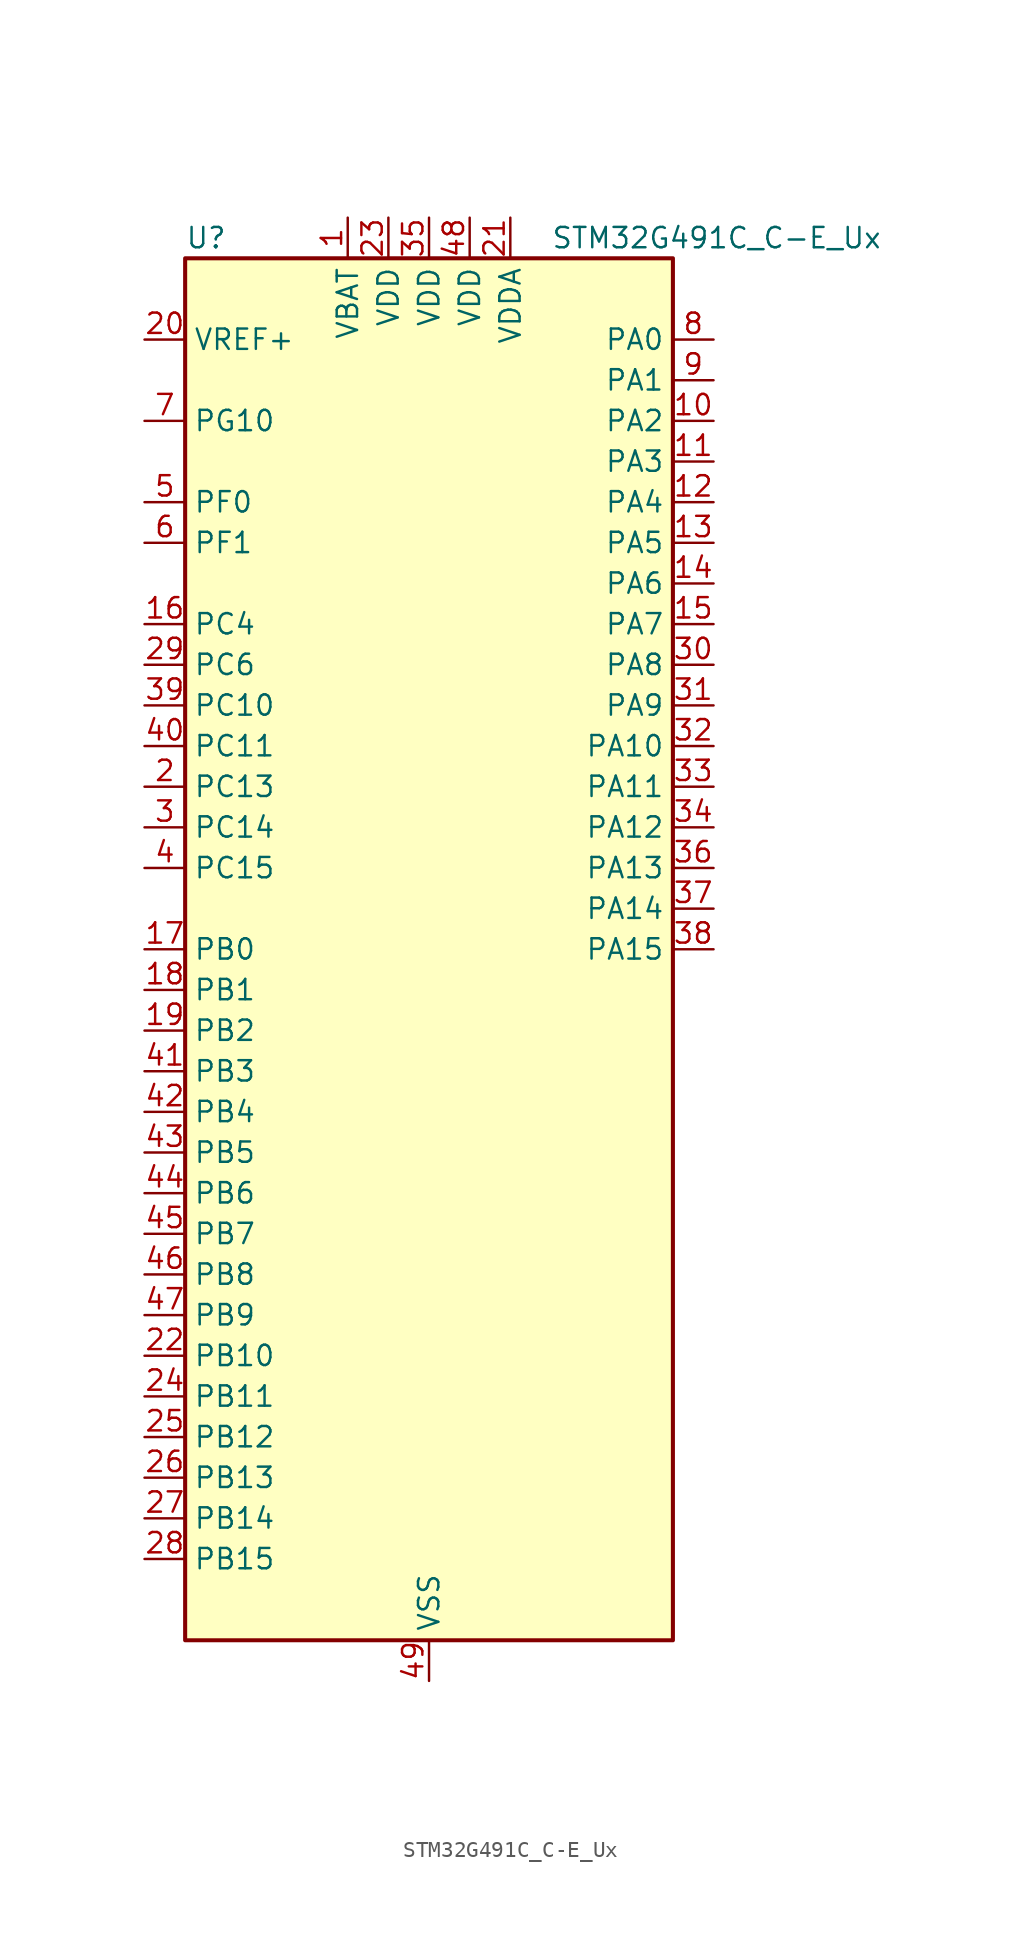
<source format=kicad_sym>
(kicad_symbol_lib
  (version 20241209)
  (generator "kicad_symbol_editor")
  (generator_version "9.0")
  (symbol "STM32G491C_C-E_Ux"
    (property "Reference" "U"
      (at -15.24 44.45 0)
      (effects (font (size 1.27 1.27)) (justify left)))
    (property "Value" "STM32G491C_C-E_Ux"
      (at 7.62 44.45 0)
      (effects (font (size 1.27 1.27)) (justify left)))
    (symbol "STM32G491C_C-E_Ux_0_1"
      (rectangle (start -15.24 -43.18) (end 15.24 43.18) (stroke (width 0.254) (type default)) (fill (type background))))
    (symbol "STM32G491C_C-E_Ux_1_1"
      (pin input line (at -17.78 38.1 0) (length 2.54) (name "VREF+" (effects (font (size 1.27 1.27)))) (number "20" (effects (font (size 1.27 1.27)))) (alternate "VREFBUF_OUT" bidirectional line))
      (pin bidirectional line (at -17.78 33.02 0) (length 2.54) (name "PG10" (effects (font (size 1.27 1.27)))) (number "7" (effects (font (size 1.27 1.27)))) (alternate "DAC1_EXTI10" bidirectional line) (alternate "DAC3_EXTI10" bidirectional line) (alternate "RCC_MCO" bidirectional line))
      (pin bidirectional line (at -17.78 27.94 0) (length 2.54) (name "PF0" (effects (font (size 1.27 1.27)))) (number "5" (effects (font (size 1.27 1.27)))) (alternate "ADC1_IN10" bidirectional line) (alternate "I2C2_SDA" bidirectional line) (alternate "I2S2_WS" bidirectional line) (alternate "RCC_OSC_IN" bidirectional line) (alternate "SPI2_NSS" bidirectional line) (alternate "TIM1_CH3N" bidirectional line))
      (pin bidirectional line (at -17.78 25.4 0) (length 2.54) (name "PF1" (effects (font (size 1.27 1.27)))) (number "6" (effects (font (size 1.27 1.27)))) (alternate "ADC2_IN10" bidirectional line) (alternate "COMP3_INM" bidirectional line) (alternate "I2S2_CK" bidirectional line) (alternate "RCC_OSC_OUT" bidirectional line) (alternate "SPI2_SCK" bidirectional line))
      (pin bidirectional line (at -17.78 20.32 0) (length 2.54) (name "PC4" (effects (font (size 1.27 1.27)))) (number "16" (effects (font (size 1.27 1.27)))) (alternate "ADC2_IN5" bidirectional line) (alternate "I2C2_SCL" bidirectional line) (alternate "QUADSPI1_BK2_IO3" bidirectional line) (alternate "TIM1_ETR" bidirectional line) (alternate "USART1_TX" bidirectional line))
      (pin bidirectional line (at -17.78 17.78 0) (length 2.54) (name "PC6" (effects (font (size 1.27 1.27)))) (number "29" (effects (font (size 1.27 1.27)))) (alternate "I2S2_MCK" bidirectional line) (alternate "TIM3_CH1" bidirectional line) (alternate "TIM8_CH1" bidirectional line))
      (pin bidirectional line (at -17.78 15.24 0) (length 2.54) (name "PC10" (effects (font (size 1.27 1.27)))) (number "39" (effects (font (size 1.27 1.27)))) (alternate "DAC1_EXTI10" bidirectional line) (alternate "DAC3_EXTI10" bidirectional line) (alternate "I2S3_CK" bidirectional line) (alternate "SPI3_SCK" bidirectional line) (alternate "TIM8_CH1N" bidirectional line) (alternate "USART3_TX" bidirectional line))
      (pin bidirectional line (at -17.78 12.7 0) (length 2.54) (name "PC11" (effects (font (size 1.27 1.27)))) (number "40" (effects (font (size 1.27 1.27)))) (alternate "ADC1_EXTI11" bidirectional line) (alternate "ADC2_EXTI11" bidirectional line) (alternate "I2C3_SDA" bidirectional line) (alternate "SPI3_MISO" bidirectional line) (alternate "TIM8_CH2N" bidirectional line) (alternate "USART3_RX" bidirectional line))
      (pin bidirectional line (at -17.78 10.16 0) (length 2.54) (name "PC13" (effects (font (size 1.27 1.27)))) (number "2" (effects (font (size 1.27 1.27)))) (alternate "RTC_OUT1" bidirectional line) (alternate "RTC_TAMP1" bidirectional line) (alternate "RTC_TS" bidirectional line) (alternate "SYS_WKUP2" bidirectional line) (alternate "TIM1_BKIN" bidirectional line) (alternate "TIM1_CH1N" bidirectional line) (alternate "TIM8_CH4N" bidirectional line))
      (pin bidirectional line (at -17.78 7.62 0) (length 2.54) (name "PC14" (effects (font (size 1.27 1.27)))) (number "3" (effects (font (size 1.27 1.27)))) (alternate "RCC_OSC32_IN" bidirectional line))
      (pin bidirectional line (at -17.78 5.08 0) (length 2.54) (name "PC15" (effects (font (size 1.27 1.27)))) (number "4" (effects (font (size 1.27 1.27)))) (alternate "ADC1_EXTI15" bidirectional line) (alternate "ADC2_EXTI15" bidirectional line) (alternate "RCC_OSC32_OUT" bidirectional line))
      (pin bidirectional line (at -17.78 0 0) (length 2.54) (name "PB0" (effects (font (size 1.27 1.27)))) (number "17" (effects (font (size 1.27 1.27)))) (alternate "ADC1_IN15" bidirectional line) (alternate "ADC3_IN12" bidirectional line) (alternate "COMP4_INP" bidirectional line) (alternate "OPAMP2_VINP" bidirectional line) (alternate "OPAMP2_VINP_SEC" bidirectional line) (alternate "OPAMP3_VINP" bidirectional line) (alternate "OPAMP3_VINP_SEC" bidirectional line) (alternate "QUADSPI1_BK1_IO1" bidirectional line) (alternate "TIM1_CH2N" bidirectional line) (alternate "TIM3_CH3" bidirectional line) (alternate "TIM8_CH2N" bidirectional line) (alternate "UCPD1_FRSTX1" bidirectional line) (alternate "UCPD1_FRSTX2" bidirectional line))
      (pin bidirectional line (at -17.78 -2.54 0) (length 2.54) (name "PB1" (effects (font (size 1.27 1.27)))) (number "18" (effects (font (size 1.27 1.27)))) (alternate "ADC1_IN12" bidirectional line) (alternate "ADC3_IN1" bidirectional line) (alternate "COMP1_INP" bidirectional line) (alternate "COMP4_OUT" bidirectional line) (alternate "LPUART1_DE" bidirectional line) (alternate "LPUART1_RTS" bidirectional line) (alternate "OPAMP3_VOUT" bidirectional line) (alternate "OPAMP6_VINM" bidirectional line) (alternate "OPAMP6_VINM1" bidirectional line) (alternate "OPAMP6_VINM_SEC" bidirectional line) (alternate "QUADSPI1_BK1_IO0" bidirectional line) (alternate "TIM1_CH3N" bidirectional line) (alternate "TIM3_CH4" bidirectional line) (alternate "TIM8_CH3N" bidirectional line))
      (pin bidirectional line (at -17.78 -5.08 0) (length 2.54) (name "PB2" (effects (font (size 1.27 1.27)))) (number "19" (effects (font (size 1.27 1.27)))) (alternate "ADC2_IN12" bidirectional line) (alternate "ADC3_EXTI2" bidirectional line) (alternate "COMP4_INM" bidirectional line) (alternate "I2C3_SMBA" bidirectional line) (alternate "LPTIM1_OUT" bidirectional line) (alternate "OPAMP3_VINM" bidirectional line) (alternate "OPAMP3_VINM0" bidirectional line) (alternate "OPAMP3_VINM_SEC" bidirectional line) (alternate "QUADSPI1_BK2_IO1" bidirectional line) (alternate "RTC_OUT2" bidirectional line) (alternate "TIM20_CH1" bidirectional line))
      (pin bidirectional line (at -17.78 -7.62 0) (length 2.54) (name "PB3" (effects (font (size 1.27 1.27)))) (number "41" (effects (font (size 1.27 1.27)))) (alternate "ADC3_EXTI3" bidirectional line) (alternate "CRS_SYNC" bidirectional line) (alternate "I2S3_CK" bidirectional line) (alternate "SAI1_SCK_B" bidirectional line) (alternate "SPI1_SCK" bidirectional line) (alternate "SPI3_SCK" bidirectional line) (alternate "SYS_JTDO-SWO" bidirectional line) (alternate "TIM2_CH2" bidirectional line) (alternate "TIM3_ETR" bidirectional line) (alternate "TIM4_ETR" bidirectional line) (alternate "TIM8_CH1N" bidirectional line) (alternate "USART2_TX" bidirectional line))
      (pin bidirectional line (at -17.78 -10.16 0) (length 2.54) (name "PB4" (effects (font (size 1.27 1.27)))) (number "42" (effects (font (size 1.27 1.27)))) (alternate "SAI1_MCLK_B" bidirectional line) (alternate "SPI1_MISO" bidirectional line) (alternate "SPI3_MISO" bidirectional line) (alternate "SYS_JTRST" bidirectional line) (alternate "TIM16_CH1" bidirectional line) (alternate "TIM17_BKIN" bidirectional line) (alternate "TIM3_CH1" bidirectional line) (alternate "TIM8_CH2N" bidirectional line) (alternate "UCPD1_CC2" bidirectional line) (alternate "USART2_RX" bidirectional line))
      (pin bidirectional line (at -17.78 -12.7 0) (length 2.54) (name "PB5" (effects (font (size 1.27 1.27)))) (number "43" (effects (font (size 1.27 1.27)))) (alternate "FDCAN2_RX" bidirectional line) (alternate "I2C1_SMBA" bidirectional line) (alternate "I2C3_SDA" bidirectional line) (alternate "I2S3_SD" bidirectional line) (alternate "LPTIM1_IN1" bidirectional line) (alternate "SAI1_SD_B" bidirectional line) (alternate "SPI1_MOSI" bidirectional line) (alternate "SPI3_MOSI" bidirectional line) (alternate "TIM16_BKIN" bidirectional line) (alternate "TIM17_CH1" bidirectional line) (alternate "TIM3_CH2" bidirectional line) (alternate "TIM8_CH3N" bidirectional line) (alternate "USART2_CK" bidirectional line))
      (pin bidirectional line (at -17.78 -15.24 0) (length 2.54) (name "PB6" (effects (font (size 1.27 1.27)))) (number "44" (effects (font (size 1.27 1.27)))) (alternate "COMP4_OUT" bidirectional line) (alternate "FDCAN2_TX" bidirectional line) (alternate "LPTIM1_ETR" bidirectional line) (alternate "SAI1_FS_B" bidirectional line) (alternate "TIM16_CH1N" bidirectional line) (alternate "TIM4_CH1" bidirectional line) (alternate "TIM8_BKIN2" bidirectional line) (alternate "TIM8_CH1" bidirectional line) (alternate "TIM8_ETR" bidirectional line) (alternate "UCPD1_CC1" bidirectional line) (alternate "USART1_TX" bidirectional line))
      (pin bidirectional line (at -17.78 -17.78 0) (length 2.54) (name "PB7" (effects (font (size 1.27 1.27)))) (number "45" (effects (font (size 1.27 1.27)))) (alternate "COMP3_OUT" bidirectional line) (alternate "I2C1_SDA" bidirectional line) (alternate "LPTIM1_IN2" bidirectional line) (alternate "SYS_PVD_IN" bidirectional line) (alternate "TIM17_CH1N" bidirectional line) (alternate "TIM3_CH4" bidirectional line) (alternate "TIM4_CH2" bidirectional line) (alternate "TIM8_BKIN" bidirectional line) (alternate "USART1_RX" bidirectional line))
      (pin bidirectional line (at -17.78 -20.32 0) (length 2.54) (name "PB8" (effects (font (size 1.27 1.27)))) (number "46" (effects (font (size 1.27 1.27)))) (alternate "COMP1_OUT" bidirectional line) (alternate "FDCAN1_RX" bidirectional line) (alternate "I2C1_SCL" bidirectional line) (alternate "SAI1_CK1" bidirectional line) (alternate "SAI1_MCLK_A" bidirectional line) (alternate "TIM16_CH1" bidirectional line) (alternate "TIM1_BKIN" bidirectional line) (alternate "TIM4_CH3" bidirectional line) (alternate "TIM8_CH2" bidirectional line) (alternate "USART3_RX" bidirectional line))
      (pin bidirectional line (at -17.78 -22.86 0) (length 2.54) (name "PB9" (effects (font (size 1.27 1.27)))) (number "47" (effects (font (size 1.27 1.27)))) (alternate "COMP2_OUT" bidirectional line) (alternate "DAC1_EXTI9" bidirectional line) (alternate "DAC3_EXTI9" bidirectional line) (alternate "FDCAN1_TX" bidirectional line) (alternate "I2C1_SDA" bidirectional line) (alternate "IR_OUT" bidirectional line) (alternate "SAI1_D2" bidirectional line) (alternate "SAI1_FS_A" bidirectional line) (alternate "TIM17_CH1" bidirectional line) (alternate "TIM1_CH3N" bidirectional line) (alternate "TIM4_CH4" bidirectional line) (alternate "TIM8_CH3" bidirectional line) (alternate "USART3_TX" bidirectional line))
      (pin bidirectional line (at -17.78 -25.4 0) (length 2.54) (name "PB10" (effects (font (size 1.27 1.27)))) (number "22" (effects (font (size 1.27 1.27)))) (alternate "DAC1_EXTI10" bidirectional line) (alternate "DAC3_EXTI10" bidirectional line) (alternate "LPUART1_RX" bidirectional line) (alternate "OPAMP3_VINM" bidirectional line) (alternate "OPAMP3_VINM1" bidirectional line) (alternate "OPAMP3_VINM_SEC" bidirectional line) (alternate "QUADSPI1_CLK" bidirectional line) (alternate "SAI1_SCK_A" bidirectional line) (alternate "TIM1_BKIN" bidirectional line) (alternate "TIM2_CH3" bidirectional line) (alternate "USART3_TX" bidirectional line))
      (pin bidirectional line (at -17.78 -27.94 0) (length 2.54) (name "PB11" (effects (font (size 1.27 1.27)))) (number "24" (effects (font (size 1.27 1.27)))) (alternate "ADC1_EXTI11" bidirectional line) (alternate "ADC1_IN14" bidirectional line) (alternate "ADC2_EXTI11" bidirectional line) (alternate "ADC2_IN14" bidirectional line) (alternate "LPUART1_TX" bidirectional line) (alternate "OPAMP6_VOUT" bidirectional line) (alternate "QUADSPI1_BK1_NCS" bidirectional line) (alternate "TIM2_CH4" bidirectional line) (alternate "USART3_RX" bidirectional line))
      (pin bidirectional line (at -17.78 -30.48 0) (length 2.54) (name "PB12" (effects (font (size 1.27 1.27)))) (number "25" (effects (font (size 1.27 1.27)))) (alternate "ADC1_IN11" bidirectional line) (alternate "FDCAN2_RX" bidirectional line) (alternate "I2C2_SMBA" bidirectional line) (alternate "I2S2_WS" bidirectional line) (alternate "LPUART1_DE" bidirectional line) (alternate "LPUART1_RTS" bidirectional line) (alternate "OPAMP6_VINP" bidirectional line) (alternate "OPAMP6_VINP_SEC" bidirectional line) (alternate "SPI2_NSS" bidirectional line) (alternate "TIM1_BKIN" bidirectional line) (alternate "USART3_CK" bidirectional line))
      (pin bidirectional line (at -17.78 -33.02 0) (length 2.54) (name "PB13" (effects (font (size 1.27 1.27)))) (number "26" (effects (font (size 1.27 1.27)))) (alternate "ADC3_IN5" bidirectional line) (alternate "FDCAN2_TX" bidirectional line) (alternate "I2S2_CK" bidirectional line) (alternate "LPUART1_CTS" bidirectional line) (alternate "OPAMP3_VINP" bidirectional line) (alternate "OPAMP3_VINP_SEC" bidirectional line) (alternate "OPAMP6_VINP" bidirectional line) (alternate "OPAMP6_VINP_SEC" bidirectional line) (alternate "SPI2_SCK" bidirectional line) (alternate "TIM1_CH1N" bidirectional line) (alternate "USART3_CTS" bidirectional line) (alternate "USART3_NSS" bidirectional line))
      (pin bidirectional line (at -17.78 -35.56 0) (length 2.54) (name "PB14" (effects (font (size 1.27 1.27)))) (number "27" (effects (font (size 1.27 1.27)))) (alternate "ADC1_IN5" bidirectional line) (alternate "COMP4_OUT" bidirectional line) (alternate "OPAMP2_VINP" bidirectional line) (alternate "OPAMP2_VINP_SEC" bidirectional line) (alternate "SPI2_MISO" bidirectional line) (alternate "TIM15_CH1" bidirectional line) (alternate "TIM1_CH2N" bidirectional line) (alternate "USART3_DE" bidirectional line) (alternate "USART3_RTS" bidirectional line))
      (pin bidirectional line (at -17.78 -38.1 0) (length 2.54) (name "PB15" (effects (font (size 1.27 1.27)))) (number "28" (effects (font (size 1.27 1.27)))) (alternate "ADC1_EXTI15" bidirectional line) (alternate "ADC2_EXTI15" bidirectional line) (alternate "ADC2_IN15" bidirectional line) (alternate "COMP3_OUT" bidirectional line) (alternate "I2S2_SD" bidirectional line) (alternate "RTC_REFIN" bidirectional line) (alternate "SPI2_MOSI" bidirectional line) (alternate "TIM15_CH1N" bidirectional line) (alternate "TIM15_CH2" bidirectional line) (alternate "TIM1_CH3N" bidirectional line))
      (pin power_in line (at -5.08 45.72 270) (length 2.54) (name "VBAT" (effects (font (size 1.27 1.27)))) (number "1" (effects (font (size 1.27 1.27)))))
      (pin power_in line (at -2.54 45.72 270) (length 2.54) (name "VDD" (effects (font (size 1.27 1.27)))) (number "23" (effects (font (size 1.27 1.27)))))
      (pin power_in line (at 0 45.72 270) (length 2.54) (name "VDD" (effects (font (size 1.27 1.27)))) (number "35" (effects (font (size 1.27 1.27)))))
      (pin power_in line (at 0 -45.72 90) (length 2.54) (name "VSS" (effects (font (size 1.27 1.27)))) (number "49" (effects (font (size 1.27 1.27)))))
      (pin power_in line (at 2.54 45.72 270) (length 2.54) (name "VDD" (effects (font (size 1.27 1.27)))) (number "48" (effects (font (size 1.27 1.27)))))
      (pin power_in line (at 5.08 45.72 270) (length 2.54) (name "VDDA" (effects (font (size 1.27 1.27)))) (number "21" (effects (font (size 1.27 1.27)))))
      (pin bidirectional line (at 17.78 38.1 180) (length 2.54) (name "PA0" (effects (font (size 1.27 1.27)))) (number "8" (effects (font (size 1.27 1.27)))) (alternate "ADC1_IN1" bidirectional line) (alternate "ADC2_IN1" bidirectional line) (alternate "COMP1_INM" bidirectional line) (alternate "COMP1_OUT" bidirectional line) (alternate "COMP3_INP" bidirectional line) (alternate "RTC_TAMP2" bidirectional line) (alternate "SYS_WKUP1" bidirectional line) (alternate "TIM2_CH1" bidirectional line) (alternate "TIM2_ETR" bidirectional line) (alternate "TIM8_BKIN" bidirectional line) (alternate "TIM8_ETR" bidirectional line) (alternate "USART2_CTS" bidirectional line) (alternate "USART2_NSS" bidirectional line))
      (pin bidirectional line (at 17.78 35.56 180) (length 2.54) (name "PA1" (effects (font (size 1.27 1.27)))) (number "9" (effects (font (size 1.27 1.27)))) (alternate "ADC1_IN2" bidirectional line) (alternate "ADC2_IN2" bidirectional line) (alternate "COMP1_INP" bidirectional line) (alternate "OPAMP1_VINP" bidirectional line) (alternate "OPAMP1_VINP_SEC" bidirectional line) (alternate "OPAMP3_VINP" bidirectional line) (alternate "OPAMP3_VINP_SEC" bidirectional line) (alternate "OPAMP6_VINM" bidirectional line) (alternate "OPAMP6_VINM0" bidirectional line) (alternate "OPAMP6_VINM_SEC" bidirectional line) (alternate "RTC_REFIN" bidirectional line) (alternate "TIM15_CH1N" bidirectional line) (alternate "TIM2_CH2" bidirectional line) (alternate "USART2_DE" bidirectional line) (alternate "USART2_RTS" bidirectional line))
      (pin bidirectional line (at 17.78 33.02 180) (length 2.54) (name "PA2" (effects (font (size 1.27 1.27)))) (number "10" (effects (font (size 1.27 1.27)))) (alternate "ADC1_IN3" bidirectional line) (alternate "ADC3_EXTI2" bidirectional line) (alternate "COMP2_INM" bidirectional line) (alternate "COMP2_OUT" bidirectional line) (alternate "LPUART1_TX" bidirectional line) (alternate "OPAMP1_VOUT" bidirectional line) (alternate "QUADSPI1_BK1_NCS" bidirectional line) (alternate "RCC_LSCO" bidirectional line) (alternate "SYS_WKUP4" bidirectional line) (alternate "TIM15_CH1" bidirectional line) (alternate "TIM2_CH3" bidirectional line) (alternate "UCPD1_FRSTX1" bidirectional line) (alternate "UCPD1_FRSTX2" bidirectional line) (alternate "USART2_TX" bidirectional line))
      (pin bidirectional line (at 17.78 30.48 180) (length 2.54) (name "PA3" (effects (font (size 1.27 1.27)))) (number "11" (effects (font (size 1.27 1.27)))) (alternate "ADC1_IN4" bidirectional line) (alternate "ADC3_EXTI3" bidirectional line) (alternate "COMP2_INP" bidirectional line) (alternate "LPUART1_RX" bidirectional line) (alternate "OPAMP1_VINM" bidirectional line) (alternate "OPAMP1_VINM0" bidirectional line) (alternate "OPAMP1_VINM_SEC" bidirectional line) (alternate "OPAMP1_VINP" bidirectional line) (alternate "OPAMP1_VINP_SEC" bidirectional line) (alternate "QUADSPI1_CLK" bidirectional line) (alternate "SAI1_CK1" bidirectional line) (alternate "SAI1_MCLK_A" bidirectional line) (alternate "TIM15_CH2" bidirectional line) (alternate "TIM2_CH4" bidirectional line) (alternate "USART2_RX" bidirectional line))
      (pin bidirectional line (at 17.78 27.94 180) (length 2.54) (name "PA4" (effects (font (size 1.27 1.27)))) (number "12" (effects (font (size 1.27 1.27)))) (alternate "ADC2_IN17" bidirectional line) (alternate "COMP1_INM" bidirectional line) (alternate "DAC1_OUT1" bidirectional line) (alternate "I2S3_WS" bidirectional line) (alternate "SAI1_FS_B" bidirectional line) (alternate "SPI1_NSS" bidirectional line) (alternate "SPI3_NSS" bidirectional line) (alternate "TIM3_CH2" bidirectional line) (alternate "USART2_CK" bidirectional line))
      (pin bidirectional line (at 17.78 25.4 180) (length 2.54) (name "PA5" (effects (font (size 1.27 1.27)))) (number "13" (effects (font (size 1.27 1.27)))) (alternate "ADC2_IN13" bidirectional line) (alternate "COMP2_INM" bidirectional line) (alternate "DAC1_OUT2" bidirectional line) (alternate "OPAMP2_VINM" bidirectional line) (alternate "OPAMP2_VINM0" bidirectional line) (alternate "OPAMP2_VINM_SEC" bidirectional line) (alternate "SPI1_SCK" bidirectional line) (alternate "TIM2_CH1" bidirectional line) (alternate "TIM2_ETR" bidirectional line) (alternate "UCPD1_FRSTX1" bidirectional line) (alternate "UCPD1_FRSTX2" bidirectional line))
      (pin bidirectional line (at 17.78 22.86 180) (length 2.54) (name "PA6" (effects (font (size 1.27 1.27)))) (number "14" (effects (font (size 1.27 1.27)))) (alternate "ADC2_IN3" bidirectional line) (alternate "COMP1_OUT" bidirectional line) (alternate "LPUART1_CTS" bidirectional line) (alternate "OPAMP2_VOUT" bidirectional line) (alternate "QUADSPI1_BK1_IO3" bidirectional line) (alternate "SPI1_MISO" bidirectional line) (alternate "TIM16_CH1" bidirectional line) (alternate "TIM1_BKIN" bidirectional line) (alternate "TIM3_CH1" bidirectional line) (alternate "TIM8_BKIN" bidirectional line))
      (pin bidirectional line (at 17.78 20.32 180) (length 2.54) (name "PA7" (effects (font (size 1.27 1.27)))) (number "15" (effects (font (size 1.27 1.27)))) (alternate "ADC2_IN4" bidirectional line) (alternate "COMP2_INP" bidirectional line) (alternate "COMP2_OUT" bidirectional line) (alternate "OPAMP1_VINP" bidirectional line) (alternate "OPAMP1_VINP_SEC" bidirectional line) (alternate "OPAMP2_VINP" bidirectional line) (alternate "OPAMP2_VINP_SEC" bidirectional line) (alternate "QUADSPI1_BK1_IO2" bidirectional line) (alternate "SPI1_MOSI" bidirectional line) (alternate "TIM17_CH1" bidirectional line) (alternate "TIM1_CH1N" bidirectional line) (alternate "TIM3_CH2" bidirectional line) (alternate "TIM8_CH1N" bidirectional line) (alternate "UCPD1_FRSTX1" bidirectional line) (alternate "UCPD1_FRSTX2" bidirectional line))
      (pin bidirectional line (at 17.78 17.78 180) (length 2.54) (name "PA8" (effects (font (size 1.27 1.27)))) (number "30" (effects (font (size 1.27 1.27)))) (alternate "I2C2_SDA" bidirectional line) (alternate "I2C3_SCL" bidirectional line) (alternate "I2S2_MCK" bidirectional line) (alternate "RCC_MCO" bidirectional line) (alternate "SAI1_CK2" bidirectional line) (alternate "SAI1_SCK_A" bidirectional line) (alternate "TIM1_CH1" bidirectional line) (alternate "TIM4_ETR" bidirectional line) (alternate "USART1_CK" bidirectional line))
      (pin bidirectional line (at 17.78 15.24 180) (length 2.54) (name "PA9" (effects (font (size 1.27 1.27)))) (number "31" (effects (font (size 1.27 1.27)))) (alternate "DAC1_EXTI9" bidirectional line) (alternate "DAC3_EXTI9" bidirectional line) (alternate "I2C2_SCL" bidirectional line) (alternate "I2C3_SMBA" bidirectional line) (alternate "I2S3_MCK" bidirectional line) (alternate "SAI1_FS_A" bidirectional line) (alternate "TIM15_BKIN" bidirectional line) (alternate "TIM1_CH2" bidirectional line) (alternate "TIM2_CH3" bidirectional line) (alternate "UCPD1_DBCC1" bidirectional line) (alternate "USART1_TX" bidirectional line))
      (pin bidirectional line (at 17.78 12.7 180) (length 2.54) (name "PA10" (effects (font (size 1.27 1.27)))) (number "32" (effects (font (size 1.27 1.27)))) (alternate "CRS_SYNC" bidirectional line) (alternate "DAC1_EXTI10" bidirectional line) (alternate "DAC3_EXTI10" bidirectional line) (alternate "I2C2_SMBA" bidirectional line) (alternate "SAI1_D1" bidirectional line) (alternate "SAI1_SD_A" bidirectional line) (alternate "SPI2_MISO" bidirectional line) (alternate "TIM17_BKIN" bidirectional line) (alternate "TIM1_CH3" bidirectional line) (alternate "TIM2_CH4" bidirectional line) (alternate "TIM8_BKIN" bidirectional line) (alternate "UCPD1_DBCC2" bidirectional line) (alternate "USART1_RX" bidirectional line))
      (pin bidirectional line (at 17.78 10.16 180) (length 2.54) (name "PA11" (effects (font (size 1.27 1.27)))) (number "33" (effects (font (size 1.27 1.27)))) (alternate "ADC1_EXTI11" bidirectional line) (alternate "ADC2_EXTI11" bidirectional line) (alternate "COMP1_OUT" bidirectional line) (alternate "FDCAN1_RX" bidirectional line) (alternate "I2S2_SD" bidirectional line) (alternate "SPI2_MOSI" bidirectional line) (alternate "TIM1_BKIN2" bidirectional line) (alternate "TIM1_CH1N" bidirectional line) (alternate "TIM1_CH4" bidirectional line) (alternate "TIM4_CH1" bidirectional line) (alternate "USART1_CTS" bidirectional line) (alternate "USART1_NSS" bidirectional line) (alternate "USB_DM" bidirectional line))
      (pin bidirectional line (at 17.78 7.62 180) (length 2.54) (name "PA12" (effects (font (size 1.27 1.27)))) (number "34" (effects (font (size 1.27 1.27)))) (alternate "COMP2_OUT" bidirectional line) (alternate "FDCAN1_TX" bidirectional line) (alternate "I2S_CKIN" bidirectional line) (alternate "TIM16_CH1" bidirectional line) (alternate "TIM1_CH2N" bidirectional line) (alternate "TIM1_ETR" bidirectional line) (alternate "TIM4_CH2" bidirectional line) (alternate "USART1_DE" bidirectional line) (alternate "USART1_RTS" bidirectional line) (alternate "USB_DP" bidirectional line))
      (pin bidirectional line (at 17.78 5.08 180) (length 2.54) (name "PA13" (effects (font (size 1.27 1.27)))) (number "36" (effects (font (size 1.27 1.27)))) (alternate "I2C1_SCL" bidirectional line) (alternate "IR_OUT" bidirectional line) (alternate "SAI1_SD_B" bidirectional line) (alternate "SYS_JTMS-SWDIO" bidirectional line) (alternate "TIM16_CH1N" bidirectional line) (alternate "TIM4_CH3" bidirectional line) (alternate "USART3_CTS" bidirectional line) (alternate "USART3_NSS" bidirectional line))
      (pin bidirectional line (at 17.78 2.54 180) (length 2.54) (name "PA14" (effects (font (size 1.27 1.27)))) (number "37" (effects (font (size 1.27 1.27)))) (alternate "I2C1_SDA" bidirectional line) (alternate "LPTIM1_OUT" bidirectional line) (alternate "SAI1_FS_B" bidirectional line) (alternate "SYS_JTCK-SWCLK" bidirectional line) (alternate "TIM1_BKIN" bidirectional line) (alternate "TIM8_CH2" bidirectional line) (alternate "USART2_TX" bidirectional line))
      (pin bidirectional line (at 17.78 0 180) (length 2.54) (name "PA15" (effects (font (size 1.27 1.27)))) (number "38" (effects (font (size 1.27 1.27)))) (alternate "ADC1_EXTI15" bidirectional line) (alternate "ADC2_EXTI15" bidirectional line) (alternate "I2C1_SCL" bidirectional line) (alternate "I2S3_WS" bidirectional line) (alternate "SPI1_NSS" bidirectional line) (alternate "SPI3_NSS" bidirectional line) (alternate "SYS_JTDI" bidirectional line) (alternate "TIM1_BKIN" bidirectional line) (alternate "TIM20_ETR" bidirectional line) (alternate "TIM2_CH1" bidirectional line) (alternate "TIM2_ETR" bidirectional line) (alternate "TIM8_CH1" bidirectional line) (alternate "USART2_RX" bidirectional line)))))
</source>
